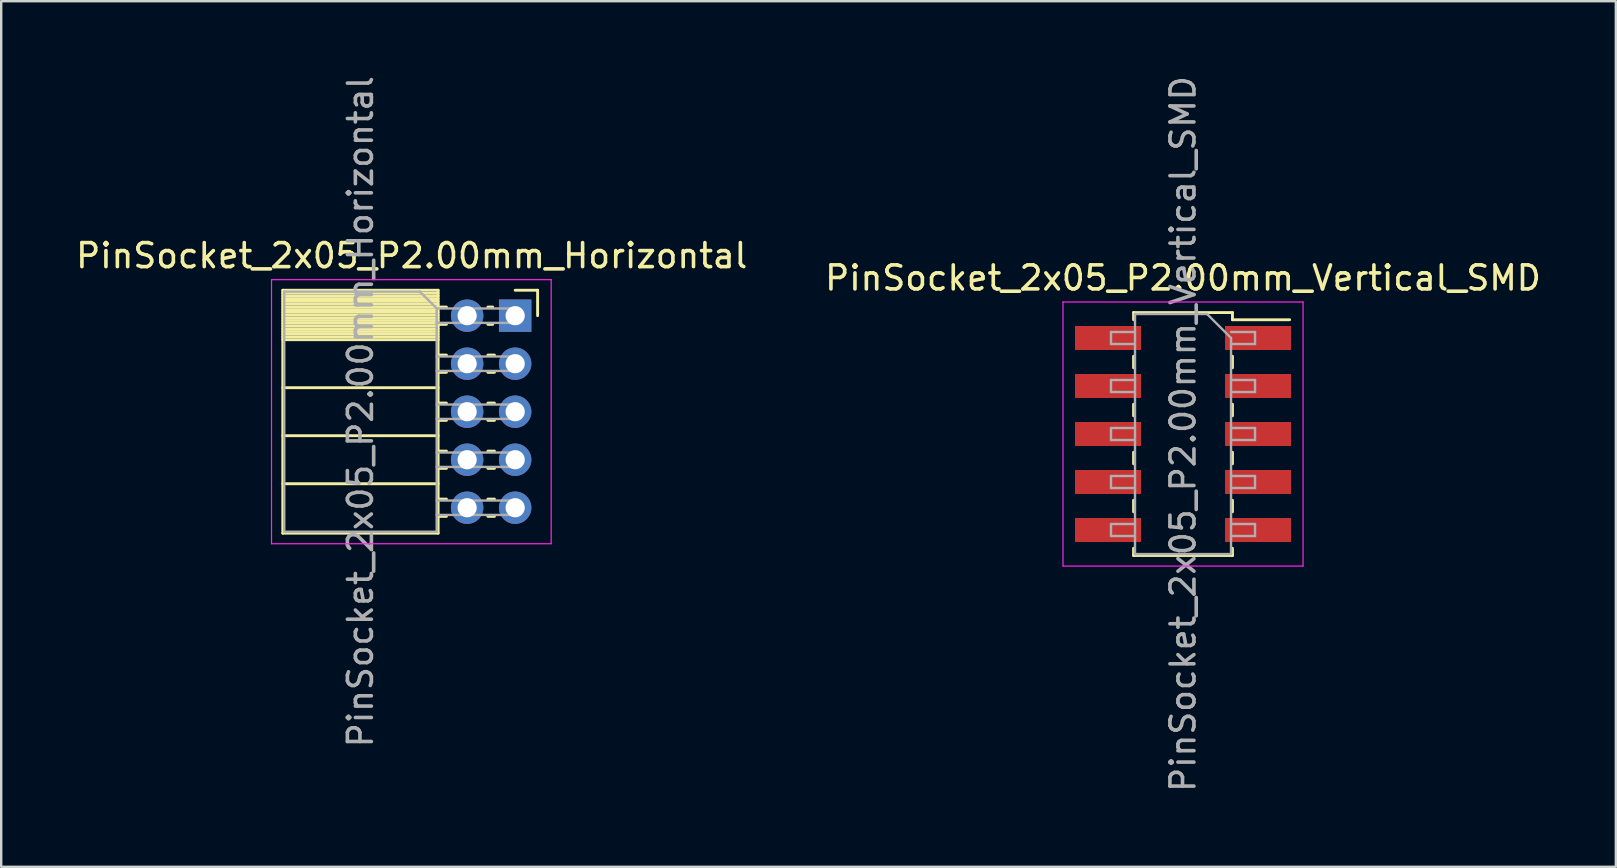
<source format=kicad_pcb>
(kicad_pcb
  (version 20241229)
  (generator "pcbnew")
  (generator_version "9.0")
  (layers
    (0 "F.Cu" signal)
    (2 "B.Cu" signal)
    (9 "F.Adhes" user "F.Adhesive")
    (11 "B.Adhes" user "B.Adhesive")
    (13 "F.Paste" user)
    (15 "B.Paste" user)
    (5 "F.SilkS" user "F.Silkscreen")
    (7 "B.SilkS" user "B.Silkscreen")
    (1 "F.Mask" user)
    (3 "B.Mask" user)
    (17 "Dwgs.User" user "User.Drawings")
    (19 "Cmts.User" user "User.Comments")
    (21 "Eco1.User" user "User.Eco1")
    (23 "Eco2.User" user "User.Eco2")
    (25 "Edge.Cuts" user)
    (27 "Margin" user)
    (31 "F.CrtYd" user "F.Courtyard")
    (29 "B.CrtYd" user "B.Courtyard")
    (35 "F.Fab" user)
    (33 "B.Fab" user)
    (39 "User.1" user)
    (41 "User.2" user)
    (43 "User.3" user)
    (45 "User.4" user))
  (footprint "PinSocket_2x05_P2.00mm_Horizontal"
    (layer "F.Cu")
    (at 18.411 10.101)
    (property "Reference" "PinSocket_2x05_P2.00mm_Horizontal" (at -4.31 -2.5 0) (layer "F.SilkS") (effects (font (size 1 1) (thickness 0.15))))
    (attr through_hole)
    (fp_line (start -9.68 -1.06) (end -9.68 9.06) (stroke (width 0.12) (type solid)) (layer "F.SilkS"))
    (fp_line (start -9.68 -1.06) (end -3.21 -1.06) (stroke (width 0.12) (type solid)) (layer "F.SilkS"))
    (fp_line (start -9.68 -0.94) (end -3.21 -0.94) (stroke (width 0.12) (type solid)) (layer "F.SilkS"))
    (fp_line (start -9.68 -0.826) (end -3.21 -0.826) (stroke (width 0.12) (type solid)) (layer "F.SilkS"))
    (fp_line (start -9.68 -0.712) (end -3.21 -0.712) (stroke (width 0.12) (type solid)) (layer "F.SilkS"))
    (fp_line (start -9.68 -0.598) (end -3.21 -0.598) (stroke (width 0.12) (type solid)) (layer "F.SilkS"))
    (fp_line (start -9.68 -0.484) (end -3.21 -0.484) (stroke (width 0.12) (type solid)) (layer "F.SilkS"))
    (fp_line (start -9.68 -0.369) (end -3.21 -0.369) (stroke (width 0.12) (type solid)) (layer "F.SilkS"))
    (fp_line (start -9.68 -0.255) (end -3.21 -0.255) (stroke (width 0.12) (type solid)) (layer "F.SilkS"))
    (fp_line (start -9.68 -0.141) (end -3.21 -0.141) (stroke (width 0.12) (type solid)) (layer "F.SilkS"))
    (fp_line (start -9.68 -0.027) (end -3.21 -0.027) (stroke (width 0.12) (type solid)) (layer "F.SilkS"))
    (fp_line (start -9.68 0.087) (end -3.21 0.087) (stroke (width 0.12) (type solid)) (layer "F.SilkS"))
    (fp_line (start -9.68 0.201) (end -3.21 0.201) (stroke (width 0.12) (type solid)) (layer "F.SilkS"))
    (fp_line (start -9.68 0.315) (end -3.21 0.315) (stroke (width 0.12) (type solid)) (layer "F.SilkS"))
    (fp_line (start -9.68 0.429) (end -3.21 0.429) (stroke (width 0.12) (type solid)) (layer "F.SilkS"))
    (fp_line (start -9.68 0.544) (end -3.21 0.544) (stroke (width 0.12) (type solid)) (layer "F.SilkS"))
    (fp_line (start -9.68 0.658) (end -3.21 0.658) (stroke (width 0.12) (type solid)) (layer "F.SilkS"))
    (fp_line (start -9.68 0.772) (end -3.21 0.772) (stroke (width 0.12) (type solid)) (layer "F.SilkS"))
    (fp_line (start -9.68 0.886) (end -3.21 0.886) (stroke (width 0.12) (type solid)) (layer "F.SilkS"))
    (fp_line (start -9.68 1) (end -3.21 1) (stroke (width 0.12) (type solid)) (layer "F.SilkS"))
    (fp_line (start -9.68 3) (end -3.21 3) (stroke (width 0.12) (type solid)) (layer "F.SilkS"))
    (fp_line (start -9.68 5) (end -3.21 5) (stroke (width 0.12) (type solid)) (layer "F.SilkS"))
    (fp_line (start -9.68 7) (end -3.21 7) (stroke (width 0.12) (type solid)) (layer "F.SilkS"))
    (fp_line (start -9.68 9.06) (end -3.21 9.06) (stroke (width 0.12) (type solid)) (layer "F.SilkS"))
    (fp_line (start -3.21 -1.06) (end -3.21 9.06) (stroke (width 0.12) (type solid)) (layer "F.SilkS"))
    (fp_line (start -3.21 -0.36) (end -2.863 -0.36) (stroke (width 0.12) (type solid)) (layer "F.SilkS"))
    (fp_line (start -3.21 0.36) (end -2.863 0.36) (stroke (width 0.12) (type solid)) (layer "F.SilkS"))
    (fp_line (start -3.21 1.64) (end -2.863 1.64) (stroke (width 0.12) (type solid)) (layer "F.SilkS"))
    (fp_line (start -3.21 2.36) (end -2.863 2.36) (stroke (width 0.12) (type solid)) (layer "F.SilkS"))
    (fp_line (start -3.21 3.64) (end -2.863 3.64) (stroke (width 0.12) (type solid)) (layer "F.SilkS"))
    (fp_line (start -3.21 4.36) (end -2.863 4.36) (stroke (width 0.12) (type solid)) (layer "F.SilkS"))
    (fp_line (start -3.21 5.64) (end -2.863 5.64) (stroke (width 0.12) (type solid)) (layer "F.SilkS"))
    (fp_line (start -3.21 6.36) (end -2.863 6.36) (stroke (width 0.12) (type solid)) (layer "F.SilkS"))
    (fp_line (start -3.21 7.64) (end -2.863 7.64) (stroke (width 0.12) (type solid)) (layer "F.SilkS"))
    (fp_line (start -3.21 8.36) (end -2.863 8.36) (stroke (width 0.12) (type solid)) (layer "F.SilkS"))
    (fp_line (start -1.137 -0.36) (end -0.935 -0.36) (stroke (width 0.12) (type solid)) (layer "F.SilkS"))
    (fp_line (start -1.137 0.36) (end -0.935 0.36) (stroke (width 0.12) (type solid)) (layer "F.SilkS"))
    (fp_line (start -1.137 1.64) (end -0.863 1.64) (stroke (width 0.12) (type solid)) (layer "F.SilkS"))
    (fp_line (start -1.137 2.36) (end -0.863 2.36) (stroke (width 0.12) (type solid)) (layer "F.SilkS"))
    (fp_line (start -1.137 3.64) (end -0.863 3.64) (stroke (width 0.12) (type solid)) (layer "F.SilkS"))
    (fp_line (start -1.137 4.36) (end -0.863 4.36) (stroke (width 0.12) (type solid)) (layer "F.SilkS"))
    (fp_line (start -1.137 5.64) (end -0.863 5.64) (stroke (width 0.12) (type solid)) (layer "F.SilkS"))
    (fp_line (start -1.137 6.36) (end -0.863 6.36) (stroke (width 0.12) (type solid)) (layer "F.SilkS"))
    (fp_line (start -1.137 7.64) (end -0.863 7.64) (stroke (width 0.12) (type solid)) (layer "F.SilkS"))
    (fp_line (start -1.137 8.36) (end -0.863 8.36) (stroke (width 0.12) (type solid)) (layer "F.SilkS"))
    (fp_line (start 0 -1.06) (end 0.935 -1.06) (stroke (width 0.12) (type solid)) (layer "F.SilkS"))
    (fp_line (start 0.935 -1.06) (end 0.935 0) (stroke (width 0.12) (type solid)) (layer "F.SilkS"))
    (fp_line (start -10.15 -1.5) (end -10.15 9.5) (stroke (width 0.05) (type solid)) (layer "F.CrtYd"))
    (fp_line (start -10.15 9.5) (end 1.5 9.5) (stroke (width 0.05) (type solid)) (layer "F.CrtYd"))
    (fp_line (start 1.5 -1.5) (end -10.15 -1.5) (stroke (width 0.05) (type solid)) (layer "F.CrtYd"))
    (fp_line (start 1.5 9.5) (end 1.5 -1.5) (stroke (width 0.05) (type solid)) (layer "F.CrtYd"))
    (fp_line (start -9.62 -1) (end -3.97 -1) (stroke (width 0.1) (type solid)) (layer "F.Fab"))
    (fp_line (start -9.62 9) (end -9.62 -1) (stroke (width 0.1) (type solid)) (layer "F.Fab"))
    (fp_line (start -3.97 -1) (end -3.27 -0.3) (stroke (width 0.1) (type solid)) (layer "F.Fab"))
    (fp_line (start -3.27 -0.3) (end -3.27 9) (stroke (width 0.1) (type solid)) (layer "F.Fab"))
    (fp_line (start -3.27 0.3) (end 0 0.3) (stroke (width 0.1) (type solid)) (layer "F.Fab"))
    (fp_line (start -3.27 2.3) (end 0 2.3) (stroke (width 0.1) (type solid)) (layer "F.Fab"))
    (fp_line (start -3.27 4.3) (end 0 4.3) (stroke (width 0.1) (type solid)) (layer "F.Fab"))
    (fp_line (start -3.27 6.3) (end 0 6.3) (stroke (width 0.1) (type solid)) (layer "F.Fab"))
    (fp_line (start -3.27 8.3) (end 0 8.3) (stroke (width 0.1) (type solid)) (layer "F.Fab"))
    (fp_line (start -3.27 9) (end -9.62 9) (stroke (width 0.1) (type solid)) (layer "F.Fab"))
    (fp_line (start 0 -0.3) (end -3.27 -0.3) (stroke (width 0.1) (type solid)) (layer "F.Fab"))
    (fp_line (start 0 0.3) (end 0 -0.3) (stroke (width 0.1) (type solid)) (layer "F.Fab"))
    (fp_line (start 0 1.7) (end -3.27 1.7) (stroke (width 0.1) (type solid)) (layer "F.Fab"))
    (fp_line (start 0 2.3) (end 0 1.7) (stroke (width 0.1) (type solid)) (layer "F.Fab"))
    (fp_line (start 0 3.7) (end -3.27 3.7) (stroke (width 0.1) (type solid)) (layer "F.Fab"))
    (fp_line (start 0 4.3) (end 0 3.7) (stroke (width 0.1) (type solid)) (layer "F.Fab"))
    (fp_line (start 0 5.7) (end -3.27 5.7) (stroke (width 0.1) (type solid)) (layer "F.Fab"))
    (fp_line (start 0 6.3) (end 0 5.7) (stroke (width 0.1) (type solid)) (layer "F.Fab"))
    (fp_line (start 0 7.7) (end -3.27 7.7) (stroke (width 0.1) (type solid)) (layer "F.Fab"))
    (fp_line (start 0 8.3) (end 0 7.7) (stroke (width 0.1) (type solid)) (layer "F.Fab"))
    (fp_text user "${REFERENCE}" (at -6.445 4 90) (layer "F.Fab") (effects (font (size 1 1) (thickness 0.15))))
    (pad "1" thru_hole rect (at 0 0) (size 1.35 1.35) (drill 0.8) (layers "*.Cu" "*.Mask"))
    (pad "2" thru_hole circle (at -2 0) (size 1.35 1.35) (drill 0.8) (layers "*.Cu" "*.Mask"))
    (pad "3" thru_hole circle (at 0 2) (size 1.35 1.35) (drill 0.8) (layers "*.Cu" "*.Mask"))
    (pad "4" thru_hole circle (at -2 2) (size 1.35 1.35) (drill 0.8) (layers "*.Cu" "*.Mask"))
    (pad "5" thru_hole circle (at 0 4) (size 1.35 1.35) (drill 0.8) (layers "*.Cu" "*.Mask"))
    (pad "6" thru_hole circle (at -2 4) (size 1.35 1.35) (drill 0.8) (layers "*.Cu" "*.Mask"))
    (pad "7" thru_hole circle (at 0 6) (size 1.35 1.35) (drill 0.8) (layers "*.Cu" "*.Mask"))
    (pad "8" thru_hole circle (at -2 6) (size 1.35 1.35) (drill 0.8) (layers "*.Cu" "*.Mask"))
    (pad "9" thru_hole circle (at 0 8) (size 1.35 1.35) (drill 0.8) (layers "*.Cu" "*.Mask"))
    (pad "10" thru_hole circle (at -2 8) (size 1.35 1.35) (drill 0.8) (layers "*.Cu" "*.Mask")))
  (footprint "PinSocket_2x05_P2.00mm_Vertical_SMD"
    (layer "F.Cu")
    (at 46.232 15.03)
    (property "Reference" "PinSocket_2x05_P2.00mm_Vertical_SMD" (at 0 -6.5 0) (layer "F.SilkS") (effects (font (size 1 1) (thickness 0.15))))
    (attr smd)
    (fp_line (start -2.06 -5.06) (end -2.06 -4.76) (stroke (width 0.12) (type solid)) (layer "F.SilkS"))
    (fp_line (start -2.06 -5.06) (end 2.06 -5.06) (stroke (width 0.12) (type solid)) (layer "F.SilkS"))
    (fp_line (start -2.06 -3.24) (end -2.06 -2.76) (stroke (width 0.12) (type solid)) (layer "F.SilkS"))
    (fp_line (start -2.06 -1.24) (end -2.06 -0.76) (stroke (width 0.12) (type solid)) (layer "F.SilkS"))
    (fp_line (start -2.06 0.76) (end -2.06 1.24) (stroke (width 0.12) (type solid)) (layer "F.SilkS"))
    (fp_line (start -2.06 2.76) (end -2.06 3.24) (stroke (width 0.12) (type solid)) (layer "F.SilkS"))
    (fp_line (start -2.06 4.76) (end -2.06 5.06) (stroke (width 0.12) (type solid)) (layer "F.SilkS"))
    (fp_line (start -2.06 5.06) (end 2.06 5.06) (stroke (width 0.12) (type solid)) (layer "F.SilkS"))
    (fp_line (start 2.06 -5.06) (end 2.06 -4.76) (stroke (width 0.12) (type solid)) (layer "F.SilkS"))
    (fp_line (start 2.06 -4.76) (end 4.44 -4.76) (stroke (width 0.12) (type solid)) (layer "F.SilkS"))
    (fp_line (start 2.06 -3.24) (end 2.06 -2.76) (stroke (width 0.12) (type solid)) (layer "F.SilkS"))
    (fp_line (start 2.06 -1.24) (end 2.06 -0.76) (stroke (width 0.12) (type solid)) (layer "F.SilkS"))
    (fp_line (start 2.06 0.76) (end 2.06 1.24) (stroke (width 0.12) (type solid)) (layer "F.SilkS"))
    (fp_line (start 2.06 2.76) (end 2.06 3.24) (stroke (width 0.12) (type solid)) (layer "F.SilkS"))
    (fp_line (start 2.06 4.76) (end 2.06 5.06) (stroke (width 0.12) (type solid)) (layer "F.SilkS"))
    (fp_line (start -5 -5.5) (end 5 -5.5) (stroke (width 0.05) (type solid)) (layer "F.CrtYd"))
    (fp_line (start -5 5.5) (end -5 -5.5) (stroke (width 0.05) (type solid)) (layer "F.CrtYd"))
    (fp_line (start 5 -5.5) (end 5 5.5) (stroke (width 0.05) (type solid)) (layer "F.CrtYd"))
    (fp_line (start 5 5.5) (end -5 5.5) (stroke (width 0.05) (type solid)) (layer "F.CrtYd"))
    (fp_line (start -3 -4.25) (end -2 -4.25) (stroke (width 0.1) (type solid)) (layer "F.Fab"))
    (fp_line (start -3 -3.75) (end -3 -4.25) (stroke (width 0.1) (type solid)) (layer "F.Fab"))
    (fp_line (start -3 -2.25) (end -2 -2.25) (stroke (width 0.1) (type solid)) (layer "F.Fab"))
    (fp_line (start -3 -1.75) (end -3 -2.25) (stroke (width 0.1) (type solid)) (layer "F.Fab"))
    (fp_line (start -3 -0.25) (end -2 -0.25) (stroke (width 0.1) (type solid)) (layer "F.Fab"))
    (fp_line (start -3 0.25) (end -3 -0.25) (stroke (width 0.1) (type solid)) (layer "F.Fab"))
    (fp_line (start -3 1.75) (end -2 1.75) (stroke (width 0.1) (type solid)) (layer "F.Fab"))
    (fp_line (start -3 2.25) (end -3 1.75) (stroke (width 0.1) (type solid)) (layer "F.Fab"))
    (fp_line (start -3 3.75) (end -2 3.75) (stroke (width 0.1) (type solid)) (layer "F.Fab"))
    (fp_line (start -3 4.25) (end -3 3.75) (stroke (width 0.1) (type solid)) (layer "F.Fab"))
    (fp_line (start -2 -5) (end 1 -5) (stroke (width 0.1) (type solid)) (layer "F.Fab"))
    (fp_line (start -2 -3.75) (end -3 -3.75) (stroke (width 0.1) (type solid)) (layer "F.Fab"))
    (fp_line (start -2 -1.75) (end -3 -1.75) (stroke (width 0.1) (type solid)) (layer "F.Fab"))
    (fp_line (start -2 0.25) (end -3 0.25) (stroke (width 0.1) (type solid)) (layer "F.Fab"))
    (fp_line (start -2 2.25) (end -3 2.25) (stroke (width 0.1) (type solid)) (layer "F.Fab"))
    (fp_line (start -2 4.25) (end -3 4.25) (stroke (width 0.1) (type solid)) (layer "F.Fab"))
    (fp_line (start -2 5) (end -2 -5) (stroke (width 0.1) (type solid)) (layer "F.Fab"))
    (fp_line (start 1 -5) (end 2 -4) (stroke (width 0.1) (type solid)) (layer "F.Fab"))
    (fp_line (start 2 -4.25) (end 3 -4.25) (stroke (width 0.1) (type solid)) (layer "F.Fab"))
    (fp_line (start 2 -4) (end 2 5) (stroke (width 0.1) (type solid)) (layer "F.Fab"))
    (fp_line (start 2 -2.25) (end 3 -2.25) (stroke (width 0.1) (type solid)) (layer "F.Fab"))
    (fp_line (start 2 -0.25) (end 3 -0.25) (stroke (width 0.1) (type solid)) (layer "F.Fab"))
    (fp_line (start 2 1.75) (end 3 1.75) (stroke (width 0.1) (type solid)) (layer "F.Fab"))
    (fp_line (start 2 3.75) (end 3 3.75) (stroke (width 0.1) (type solid)) (layer "F.Fab"))
    (fp_line (start 2 5) (end -2 5) (stroke (width 0.1) (type solid)) (layer "F.Fab"))
    (fp_line (start 3 -4.25) (end 3 -3.75) (stroke (width 0.1) (type solid)) (layer "F.Fab"))
    (fp_line (start 3 -3.75) (end 2 -3.75) (stroke (width 0.1) (type solid)) (layer "F.Fab"))
    (fp_line (start 3 -2.25) (end 3 -1.75) (stroke (width 0.1) (type solid)) (layer "F.Fab"))
    (fp_line (start 3 -1.75) (end 2 -1.75) (stroke (width 0.1) (type solid)) (layer "F.Fab"))
    (fp_line (start 3 -0.25) (end 3 0.25) (stroke (width 0.1) (type solid)) (layer "F.Fab"))
    (fp_line (start 3 0.25) (end 2 0.25) (stroke (width 0.1) (type solid)) (layer "F.Fab"))
    (fp_line (start 3 1.75) (end 3 2.25) (stroke (width 0.1) (type solid)) (layer "F.Fab"))
    (fp_line (start 3 2.25) (end 2 2.25) (stroke (width 0.1) (type solid)) (layer "F.Fab"))
    (fp_line (start 3 3.75) (end 3 4.25) (stroke (width 0.1) (type solid)) (layer "F.Fab"))
    (fp_line (start 3 4.25) (end 2 4.25) (stroke (width 0.1) (type solid)) (layer "F.Fab"))
    (fp_text user "${REFERENCE}" (at 0 0 90) (layer "F.Fab") (effects (font (size 1 1) (thickness 0.15))))
    (pad "1" smd rect (at 3.125 -4) (size 2.75 1) (layers "F.Cu" "F.Mask" "F.Paste"))
    (pad "2" smd rect (at -3.125 -4) (size 2.75 1) (layers "F.Cu" "F.Mask" "F.Paste"))
    (pad "3" smd rect (at 3.125 -2) (size 2.75 1) (layers "F.Cu" "F.Mask" "F.Paste"))
    (pad "4" smd rect (at -3.125 -2) (size 2.75 1) (layers "F.Cu" "F.Mask" "F.Paste"))
    (pad "5" smd rect (at 3.125 0) (size 2.75 1) (layers "F.Cu" "F.Mask" "F.Paste"))
    (pad "6" smd rect (at -3.125 0) (size 2.75 1) (layers "F.Cu" "F.Mask" "F.Paste"))
    (pad "7" smd rect (at 3.125 2) (size 2.75 1) (layers "F.Cu" "F.Mask" "F.Paste"))
    (pad "8" smd rect (at -3.125 2) (size 2.75 1) (layers "F.Cu" "F.Mask" "F.Paste"))
    (pad "9" smd rect (at 3.125 4) (size 2.75 1) (layers "F.Cu" "F.Mask" "F.Paste"))
    (pad "10" smd rect (at -3.125 4) (size 2.75 1) (layers "F.Cu" "F.Mask" "F.Paste")))
  (gr_rect
    (start -3 -3)
    (end 64.262 33.06)
    (stroke (width 0.1) (type default))
    (fill no)
    (layer "Edge.Cuts")))
</source>
